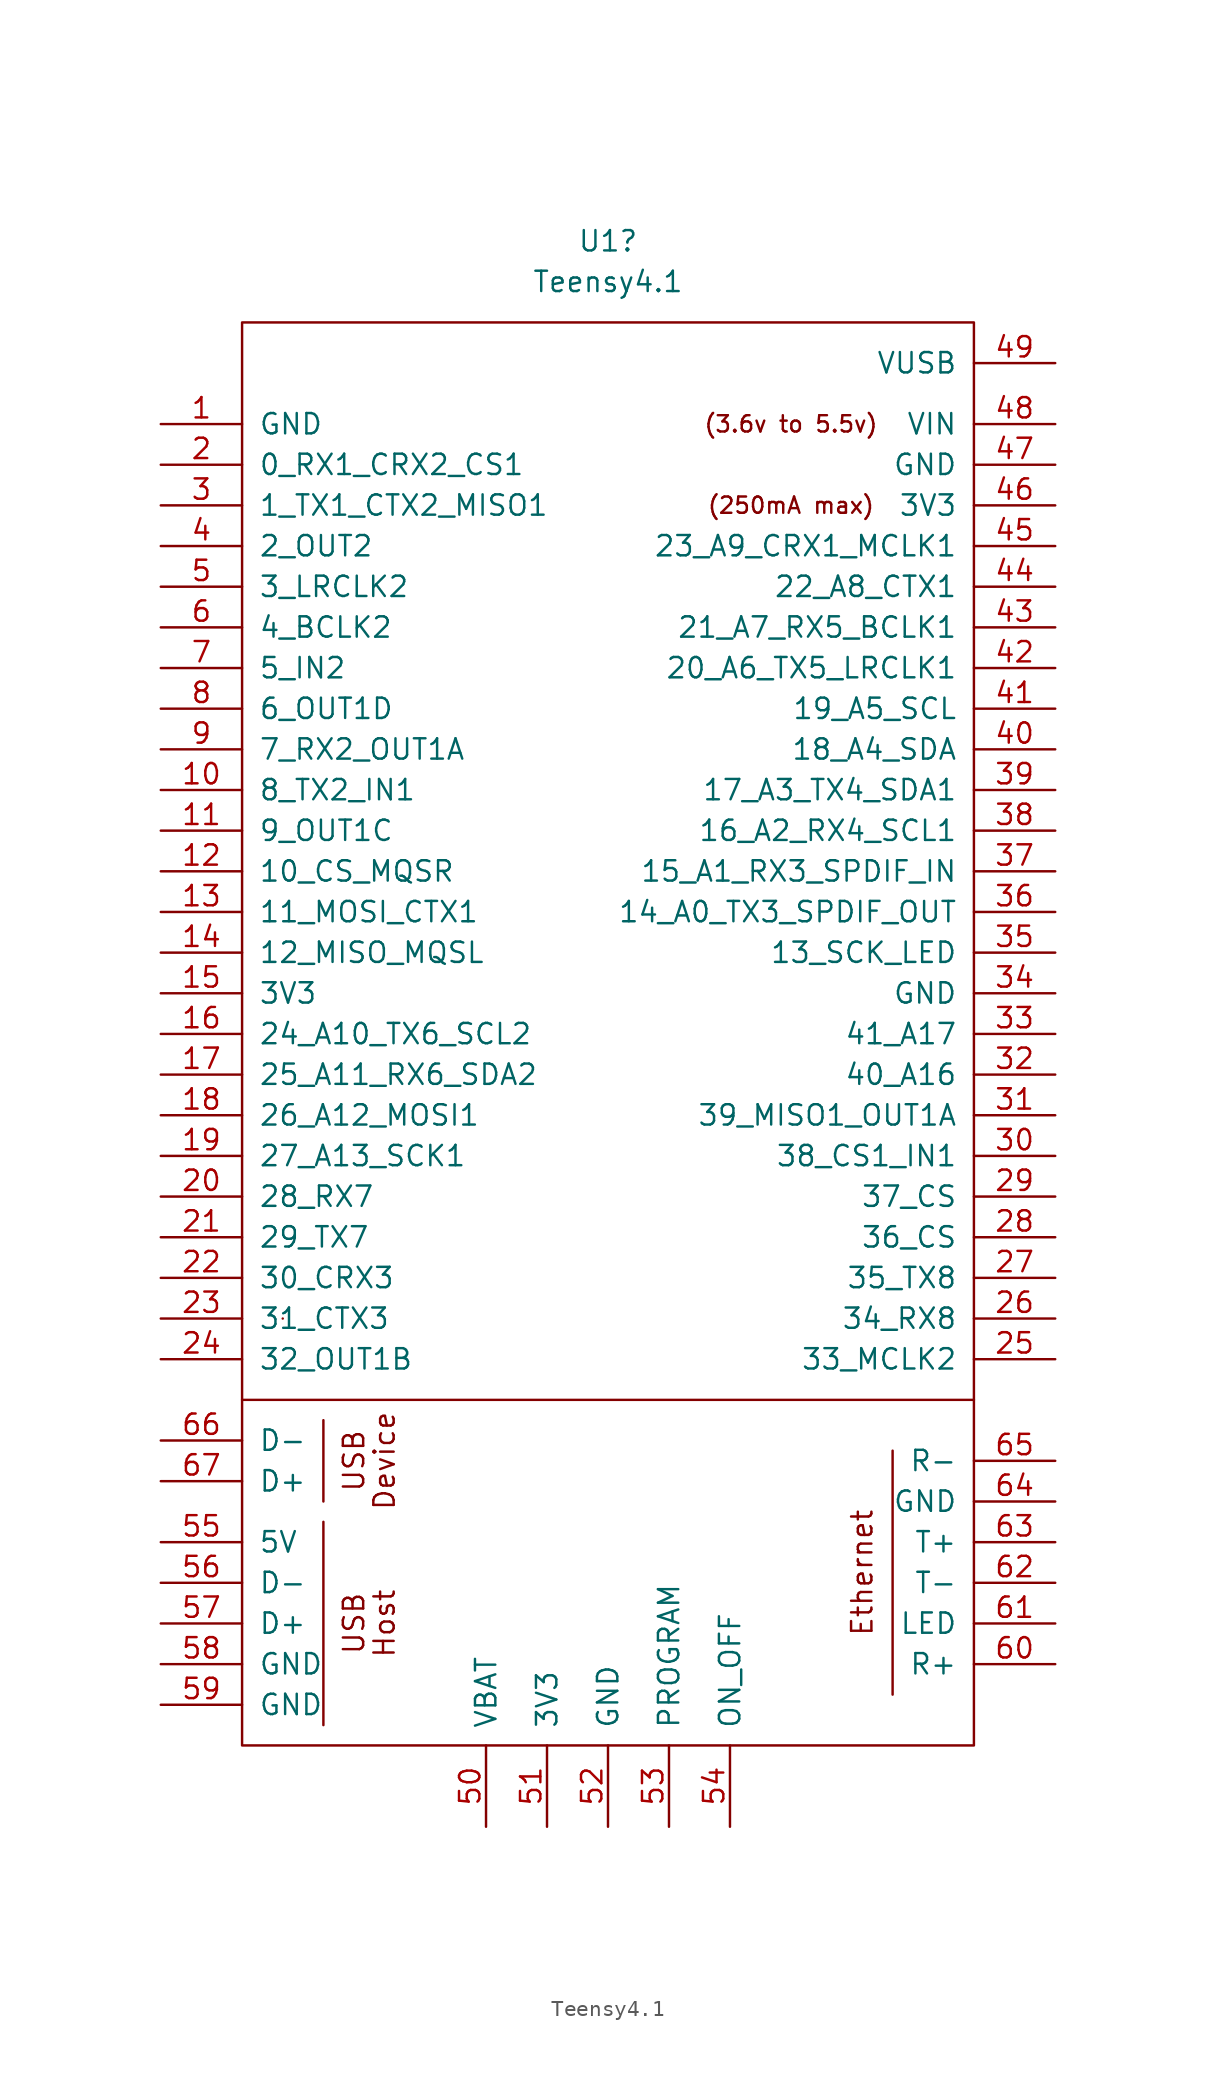
<source format=kicad_sym>
(kicad_symbol_lib
  (version 20241209)
  (generator "kicad_symbol_editor")
  (generator_version "9.0")
  (symbol "Teensy4.1"
    (pin_names
      (offset 1.016))
    (property "Reference" "U1"
      (at 0 66.04 0)
      (effects (font (size 1.27 1.27))))
    (property "Value" "Teensy4.1"
      (at 0 63.5 0)
      (effects (font (size 1.27 1.27))))
    (symbol "Teensy4.1_0_0"
      (polyline (pts (xy -22.86 -6.35) (xy 22.86 -6.35)) (stroke (width 0) (type solid)) (fill (type none)))
      (polyline (pts (xy -17.78 -7.62) (xy -17.78 -12.7)) (stroke (width 0) (type solid)) (fill (type none)))
      (polyline (pts (xy -17.78 -26.67) (xy -17.78 -13.97)) (stroke (width 0) (type solid)) (fill (type none)))
      (polyline (pts (xy 17.78 -9.525) (xy 17.78 -24.765)) (stroke (width 0) (type solid)) (fill (type none)))
      (text "USB" (at -15.875 -10.16 900) (effects (font (size 1.27 1.27))))
      (text "USB" (at -15.875 -20.32 900) (effects (font (size 1.27 1.27))))
      (text "Device" (at -13.97 -10.16 900) (effects (font (size 1.27 1.27))))
      (text "Host" (at -13.97 -20.32 900) (effects (font (size 1.27 1.27))))
      (text "(3.6v to 5.5v)" (at 11.43 54.61 0) (effects (font (size 1.016 1.016))))
      (text "(250mA max)" (at 11.43 49.53 0) (effects (font (size 1.016 1.016))))
      (text "Ethernet" (at 15.875 -17.145 900) (effects (font (size 1.27 1.27))))
      (pin bidirectional line (at -27.94 44.45 0) (length 5.08) (name "3_LRCLK2" (effects (font (size 1.27 1.27)))) (number "5" (effects (font (size 1.27 1.27)))))
      (pin bidirectional line (at -27.94 41.91 0) (length 5.08) (name "4_BCLK2" (effects (font (size 1.27 1.27)))) (number "6" (effects (font (size 1.27 1.27)))))
      (pin bidirectional line (at -27.94 39.37 0) (length 5.08) (name "5_IN2" (effects (font (size 1.27 1.27)))) (number "7" (effects (font (size 1.27 1.27)))))
      (pin bidirectional line (at -27.94 36.83 0) (length 5.08) (name "6_OUT1D" (effects (font (size 1.27 1.27)))) (number "8" (effects (font (size 1.27 1.27)))))
      (pin bidirectional line (at -27.94 34.29 0) (length 5.08) (name "7_RX2_OUT1A" (effects (font (size 1.27 1.27)))) (number "9" (effects (font (size 1.27 1.27)))))
      (pin bidirectional line (at -27.94 31.75 0) (length 5.08) (name "8_TX2_IN1" (effects (font (size 1.27 1.27)))) (number "10" (effects (font (size 1.27 1.27)))))
      (pin bidirectional line (at -27.94 29.21 0) (length 5.08) (name "9_OUT1C" (effects (font (size 1.27 1.27)))) (number "11" (effects (font (size 1.27 1.27)))))
      (pin bidirectional line (at -27.94 26.67 0) (length 5.08) (name "10_CS_MQSR" (effects (font (size 1.27 1.27)))) (number "12" (effects (font (size 1.27 1.27)))))
      (pin bidirectional line (at -27.94 24.13 0) (length 5.08) (name "11_MOSI_CTX1" (effects (font (size 1.27 1.27)))) (number "13" (effects (font (size 1.27 1.27)))))
      (pin bidirectional line (at -27.94 21.59 0) (length 5.08) (name "12_MISO_MQSL" (effects (font (size 1.27 1.27)))) (number "14" (effects (font (size 1.27 1.27)))))
      (pin power_in line (at -27.94 19.05 0) (length 5.08) (name "3V3" (effects (font (size 1.27 1.27)))) (number "15" (effects (font (size 1.27 1.27)))))
      (pin bidirectional line (at -27.94 16.51 0) (length 5.08) (name "24_A10_TX6_SCL2" (effects (font (size 1.27 1.27)))) (number "16" (effects (font (size 1.27 1.27)))))
      (pin bidirectional line (at -27.94 13.97 0) (length 5.08) (name "25_A11_RX6_SDA2" (effects (font (size 1.27 1.27)))) (number "17" (effects (font (size 1.27 1.27)))))
      (pin bidirectional line (at -27.94 11.43 0) (length 5.08) (name "26_A12_MOSI1" (effects (font (size 1.27 1.27)))) (number "18" (effects (font (size 1.27 1.27)))))
      (pin bidirectional line (at -27.94 8.89 0) (length 5.08) (name "27_A13_SCK1" (effects (font (size 1.27 1.27)))) (number "19" (effects (font (size 1.27 1.27)))))
      (pin bidirectional line (at -27.94 6.35 0) (length 5.08) (name "28_RX7" (effects (font (size 1.27 1.27)))) (number "20" (effects (font (size 1.27 1.27)))))
      (pin bidirectional line (at -27.94 3.81 0) (length 5.08) (name "29_TX7" (effects (font (size 1.27 1.27)))) (number "21" (effects (font (size 1.27 1.27)))))
      (pin bidirectional line (at -27.94 1.27 0) (length 5.08) (name "30_CRX3" (effects (font (size 1.27 1.27)))) (number "22" (effects (font (size 1.27 1.27)))))
      (pin bidirectional line (at -27.94 -1.27 0) (length 5.08) (name "31_CTX3" (effects (font (size 1.27 1.27)))) (number "23" (effects (font (size 1.27 1.27)))))
      (pin bidirectional line (at -27.94 -3.81 0) (length 5.08) (name "32_OUT1B" (effects (font (size 1.27 1.27)))) (number "24" (effects (font (size 1.27 1.27)))))
      (pin bidirectional line (at -27.94 -8.89 0) (length 5.08) (name "D-" (effects (font (size 1.27 1.27)))) (number "66" (effects (font (size 1.27 1.27)))))
      (pin bidirectional line (at -27.94 -11.43 0) (length 5.08) (name "D+" (effects (font (size 1.27 1.27)))) (number "67" (effects (font (size 1.27 1.27)))))
      (pin power_out line (at -27.94 -15.24 0) (length 5.08) (name "5V" (effects (font (size 1.27 1.27)))) (number "55" (effects (font (size 1.27 1.27)))))
      (pin bidirectional line (at -27.94 -17.78 0) (length 5.08) (name "D-" (effects (font (size 1.27 1.27)))) (number "56" (effects (font (size 1.27 1.27)))))
      (pin bidirectional line (at -27.94 -20.32 0) (length 5.08) (name "D+" (effects (font (size 1.27 1.27)))) (number "57" (effects (font (size 1.27 1.27)))))
      (pin power_in line (at -27.94 -22.86 0) (length 5.08) (name "GND" (effects (font (size 1.27 1.27)))) (number "58" (effects (font (size 1.27 1.27)))))
      (pin power_in line (at -27.94 -25.4 0) (length 5.08) (name "GND" (effects (font (size 1.27 1.27)))) (number "59" (effects (font (size 1.27 1.27)))))
      (pin power_in line (at -7.62 -33.02 90) (length 5.08) (name "VBAT" (effects (font (size 1.27 1.27)))) (number "50" (effects (font (size 1.27 1.27)))))
      (pin power_in line (at -3.81 -33.02 90) (length 5.08) (name "3V3" (effects (font (size 1.27 1.27)))) (number "51" (effects (font (size 1.27 1.27)))))
      (pin input line (at 0 -33.02 90) (length 5.08) (name "GND" (effects (font (size 1.27 1.27)))) (number "52" (effects (font (size 1.27 1.27)))))
      (pin input line (at 3.81 -33.02 90) (length 5.08) (name "PROGRAM" (effects (font (size 1.27 1.27)))) (number "53" (effects (font (size 1.27 1.27)))))
      (pin input line (at 7.62 -33.02 90) (length 5.08) (name "ON_OFF" (effects (font (size 1.27 1.27)))) (number "54" (effects (font (size 1.27 1.27)))))
      (pin power_out line (at 27.94 58.42 180) (length 5.08) (name "VUSB" (effects (font (size 1.27 1.27)))) (number "49" (effects (font (size 1.27 1.27)))))
      (pin power_in line (at 27.94 54.61 180) (length 5.08) (name "VIN" (effects (font (size 1.27 1.27)))) (number "48" (effects (font (size 1.27 1.27)))))
      (pin output line (at 27.94 52.07 180) (length 5.08) (name "GND" (effects (font (size 1.27 1.27)))) (number "47" (effects (font (size 1.27 1.27)))))
      (pin output line (at 27.94 49.53 180) (length 5.08) (name "3V3" (effects (font (size 1.27 1.27)))) (number "46" (effects (font (size 1.27 1.27)))))
      (pin bidirectional line (at 27.94 46.99 180) (length 5.08) (name "23_A9_CRX1_MCLK1" (effects (font (size 1.27 1.27)))) (number "45" (effects (font (size 1.27 1.27)))))
      (pin bidirectional line (at 27.94 44.45 180) (length 5.08) (name "22_A8_CTX1" (effects (font (size 1.27 1.27)))) (number "44" (effects (font (size 1.27 1.27)))))
      (pin bidirectional line (at 27.94 41.91 180) (length 5.08) (name "21_A7_RX5_BCLK1" (effects (font (size 1.27 1.27)))) (number "43" (effects (font (size 1.27 1.27)))))
      (pin bidirectional line (at 27.94 39.37 180) (length 5.08) (name "20_A6_TX5_LRCLK1" (effects (font (size 1.27 1.27)))) (number "42" (effects (font (size 1.27 1.27)))))
      (pin bidirectional line (at 27.94 36.83 180) (length 5.08) (name "19_A5_SCL" (effects (font (size 1.27 1.27)))) (number "41" (effects (font (size 1.27 1.27)))))
      (pin bidirectional line (at 27.94 34.29 180) (length 5.08) (name "18_A4_SDA" (effects (font (size 1.27 1.27)))) (number "40" (effects (font (size 1.27 1.27)))))
      (pin bidirectional line (at 27.94 31.75 180) (length 5.08) (name "17_A3_TX4_SDA1" (effects (font (size 1.27 1.27)))) (number "39" (effects (font (size 1.27 1.27)))))
      (pin bidirectional line (at 27.94 29.21 180) (length 5.08) (name "16_A2_RX4_SCL1" (effects (font (size 1.27 1.27)))) (number "38" (effects (font (size 1.27 1.27)))))
      (pin bidirectional line (at 27.94 26.67 180) (length 5.08) (name "15_A1_RX3_SPDIF_IN" (effects (font (size 1.27 1.27)))) (number "37" (effects (font (size 1.27 1.27)))))
      (pin bidirectional line (at 27.94 24.13 180) (length 5.08) (name "14_A0_TX3_SPDIF_OUT" (effects (font (size 1.27 1.27)))) (number "36" (effects (font (size 1.27 1.27)))))
      (pin bidirectional line (at 27.94 21.59 180) (length 5.08) (name "13_SCK_LED" (effects (font (size 1.27 1.27)))) (number "35" (effects (font (size 1.27 1.27)))))
      (pin bidirectional line (at 27.94 16.51 180) (length 5.08) (name "41_A17" (effects (font (size 1.27 1.27)))) (number "33" (effects (font (size 1.27 1.27)))))
      (pin bidirectional line (at 27.94 13.97 180) (length 5.08) (name "40_A16" (effects (font (size 1.27 1.27)))) (number "32" (effects (font (size 1.27 1.27)))))
      (pin bidirectional line (at 27.94 11.43 180) (length 5.08) (name "39_MISO1_OUT1A" (effects (font (size 1.27 1.27)))) (number "31" (effects (font (size 1.27 1.27)))))
      (pin bidirectional line (at 27.94 8.89 180) (length 5.08) (name "38_CS1_IN1" (effects (font (size 1.27 1.27)))) (number "30" (effects (font (size 1.27 1.27)))))
      (pin bidirectional line (at 27.94 6.35 180) (length 5.08) (name "37_CS" (effects (font (size 1.27 1.27)))) (number "29" (effects (font (size 1.27 1.27)))))
      (pin bidirectional line (at 27.94 3.81 180) (length 5.08) (name "36_CS" (effects (font (size 1.27 1.27)))) (number "28" (effects (font (size 1.27 1.27)))))
      (pin bidirectional line (at 27.94 1.27 180) (length 5.08) (name "35_TX8" (effects (font (size 1.27 1.27)))) (number "27" (effects (font (size 1.27 1.27)))))
      (pin bidirectional line (at 27.94 -1.27 180) (length 5.08) (name "34_RX8" (effects (font (size 1.27 1.27)))) (number "26" (effects (font (size 1.27 1.27)))))
      (pin bidirectional line (at 27.94 -3.81 180) (length 5.08) (name "33_MCLK2" (effects (font (size 1.27 1.27)))) (number "25" (effects (font (size 1.27 1.27)))))
      (pin bidirectional line (at 27.94 -10.16 180) (length 5.08) (name "R-" (effects (font (size 1.27 1.27)))) (number "65" (effects (font (size 1.27 1.27)))))
      (pin power_in line (at 27.94 -12.7 180) (length 5.08) (name "GND" (effects (font (size 1.27 1.27)))) (number "64" (effects (font (size 1.27 1.27)))))
      (pin bidirectional line (at 27.94 -15.24 180) (length 5.08) (name "T+" (effects (font (size 1.27 1.27)))) (number "63" (effects (font (size 1.27 1.27)))))
      (pin bidirectional line (at 27.94 -17.78 180) (length 5.08) (name "T-" (effects (font (size 1.27 1.27)))) (number "62" (effects (font (size 1.27 1.27)))))
      (pin bidirectional line (at 27.94 -20.32 180) (length 5.08) (name "LED" (effects (font (size 1.27 1.27)))) (number "61" (effects (font (size 1.27 1.27)))))
      (pin bidirectional line (at 27.94 -22.86 180) (length 5.08) (name "R+" (effects (font (size 1.27 1.27)))) (number "60" (effects (font (size 1.27 1.27))))))
    (symbol "Teensy4.1_0_1"
      (rectangle (start -22.86 60.96) (end 22.86 -27.94) (stroke (width 0) (type solid)) (fill (type none)))
      (rectangle (start -20.32 -1.27) (end -20.32 -1.27) (stroke (width 0) (type solid)) (fill (type none))))
    (symbol "Teensy4.1_1_1"
      (pin power_in line (at -27.94 54.61 0) (length 5.08) (name "GND" (effects (font (size 1.27 1.27)))) (number "1" (effects (font (size 1.27 1.27)))))
      (pin bidirectional line (at -27.94 52.07 0) (length 5.08) (name "0_RX1_CRX2_CS1" (effects (font (size 1.27 1.27)))) (number "2" (effects (font (size 1.27 1.27)))))
      (pin bidirectional line (at -27.94 49.53 0) (length 5.08) (name "1_TX1_CTX2_MISO1" (effects (font (size 1.27 1.27)))) (number "3" (effects (font (size 1.27 1.27)))))
      (pin bidirectional line (at -27.94 46.99 0) (length 5.08) (name "2_OUT2" (effects (font (size 1.27 1.27)))) (number "4" (effects (font (size 1.27 1.27)))))
      (pin power_in line (at 27.94 19.05 180) (length 5.08) (name "GND" (effects (font (size 1.27 1.27)))) (number "34" (effects (font (size 1.27 1.27))))))))
</source>
